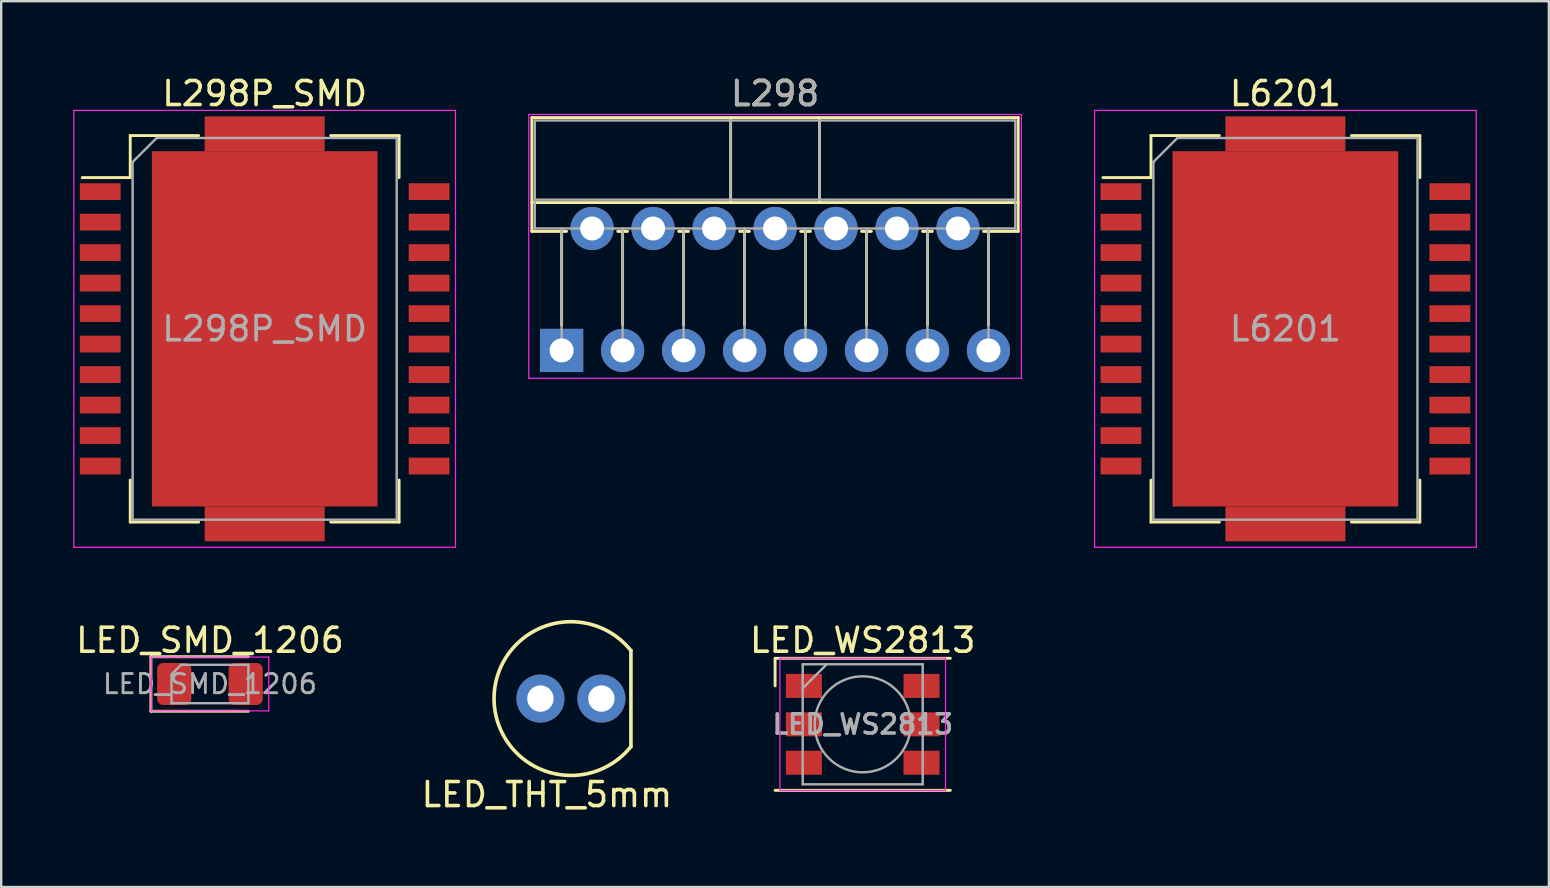
<source format=kicad_pcb>
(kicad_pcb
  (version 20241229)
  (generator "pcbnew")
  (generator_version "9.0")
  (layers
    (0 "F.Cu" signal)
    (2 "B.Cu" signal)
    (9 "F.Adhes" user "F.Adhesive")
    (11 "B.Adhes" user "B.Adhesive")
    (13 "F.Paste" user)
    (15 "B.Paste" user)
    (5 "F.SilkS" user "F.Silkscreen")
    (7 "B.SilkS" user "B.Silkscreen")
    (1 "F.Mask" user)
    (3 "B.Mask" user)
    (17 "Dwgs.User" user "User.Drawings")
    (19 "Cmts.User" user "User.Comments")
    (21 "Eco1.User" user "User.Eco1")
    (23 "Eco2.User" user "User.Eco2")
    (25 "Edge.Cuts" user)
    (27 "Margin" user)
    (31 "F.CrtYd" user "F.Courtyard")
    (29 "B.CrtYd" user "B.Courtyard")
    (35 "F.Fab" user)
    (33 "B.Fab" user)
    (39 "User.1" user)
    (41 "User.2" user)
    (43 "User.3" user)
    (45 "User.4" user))
  (footprint "LED_THT_5mm"
    (layer "F.Cu")
    (at 20.732 26.05)
    (property "Reference" "LED_THT_5mm" (at -1 4 0) (layer "F.SilkS") (effects (font (size 1 1) (thickness 0.15))))
    (attr through_hole)
    (fp_line (start 2.5 2) (end 2.5 -2) (stroke (width 0.15) (type solid)) (layer "F.SilkS"))
    (fp_arc (start 2 2.5) (mid -3.181981 -0.353553) (end 2.5 -2) (stroke (width 0.15) (type solid)) (layer "F.SilkS"))
    (fp_arc (start 2.5 2) (mid 2.263846 2.263846) (end 2 2.5) (stroke (width 0.15) (type solid)) (layer "F.SilkS"))
    (pad "1" thru_hole circle (at -1.27 0) (size 2 2) (drill 1.1) (layers "*.Cu" "*.Mask"))
    (pad "2" thru_hole circle (at 1.27 0) (size 2 2) (drill 1.1) (layers "*.Cu" "*.Mask")))
  (footprint "LED_WS2813"
    (layer "F.Cu")
    (at 32.887 27.122)
    (property "Reference" "LED_WS2813" (at 0 -3.5 0) (layer "F.SilkS") (effects (font (size 1 1) (thickness 0.15))))
    (attr smd)
    (fp_line (start -3.65 -2.75) (end 3.65 -2.75) (stroke (width 0.12) (type solid)) (layer "F.SilkS"))
    (fp_line (start -3.65 -1.6) (end -3.65 -2.75) (stroke (width 0.12) (type solid)) (layer "F.SilkS"))
    (fp_line (start -3.65 2.75) (end 3.65 2.75) (stroke (width 0.12) (type solid)) (layer "F.SilkS"))
    (fp_line (start -3.45 -2.75) (end -3.45 2.75) (stroke (width 0.05) (type solid)) (layer "F.CrtYd"))
    (fp_line (start -3.45 2.75) (end 3.45 2.75) (stroke (width 0.05) (type solid)) (layer "F.CrtYd"))
    (fp_line (start 3.45 -2.75) (end -3.45 -2.75) (stroke (width 0.05) (type solid)) (layer "F.CrtYd"))
    (fp_line (start 3.45 2.75) (end 3.45 -2.75) (stroke (width 0.05) (type solid)) (layer "F.CrtYd"))
    (fp_line (start -2.5 -2.5) (end 2.5 -2.5) (stroke (width 0.1) (type solid)) (layer "F.Fab"))
    (fp_line (start -2.5 -1.5) (end -1.5 -2.5) (stroke (width 0.1) (type solid)) (layer "F.Fab"))
    (fp_line (start -2.5 2.5) (end -2.5 -2.5) (stroke (width 0.1) (type solid)) (layer "F.Fab"))
    (fp_line (start 2.5 -2.5) (end 2.5 2.5) (stroke (width 0.1) (type solid)) (layer "F.Fab"))
    (fp_line (start 2.5 2.5) (end -2.5 2.5) (stroke (width 0.1) (type solid)) (layer "F.Fab"))
    (fp_circle (center 0 0) (end 0 -2) (stroke (width 0.1) (type solid)) (fill no) (layer "F.Fab"))
    (fp_text user "${REFERENCE}" (at 0 0 0) (layer "F.Fab") (effects (font (size 0.8 0.8) (thickness 0.15))))
    (pad "1" smd rect (at -2.45 -1.6) (size 1.5 1) (layers "F.Cu" "F.Mask" "F.Paste"))
    (pad "2" smd rect (at -2.45 0) (size 1.5 1) (layers "F.Cu" "F.Mask" "F.Paste"))
    (pad "3" smd rect (at -2.45 1.6) (size 1.5 1) (layers "F.Cu" "F.Mask" "F.Paste"))
    (pad "4" smd rect (at 2.45 1.6) (size 1.5 1) (layers "F.Cu" "F.Mask" "F.Paste"))
    (pad "5" smd rect (at 2.45 0) (size 1.5 1) (layers "F.Cu" "F.Mask" "F.Paste"))
    (pad "6" smd rect (at 2.45 -1.6) (size 1.5 1) (layers "F.Cu" "F.Mask" "F.Paste")))
  (footprint "LED_SMD_1206"
    (layer "F.Cu")
    (at 5.696 25.442)
    (property "Reference" "LED_SMD_1206" (at 0 -1.82 0) (layer "F.SilkS") (effects (font (size 1 1) (thickness 0.15))))
    (attr smd)
    (fp_line (start -2.46 -1.135) (end -2.46 1.135) (stroke (width 0.12) (type solid)) (layer "F.SilkS"))
    (fp_line (start -2.46 1.135) (end 1.6 1.135) (stroke (width 0.12) (type solid)) (layer "F.SilkS"))
    (fp_line (start 1.6 -1.135) (end -2.46 -1.135) (stroke (width 0.12) (type solid)) (layer "F.SilkS"))
    (fp_line (start -2.45 -1.12) (end 2.45 -1.12) (stroke (width 0.05) (type solid)) (layer "F.CrtYd"))
    (fp_line (start -2.45 1.12) (end -2.45 -1.12) (stroke (width 0.05) (type solid)) (layer "F.CrtYd"))
    (fp_line (start 2.45 -1.12) (end 2.45 1.12) (stroke (width 0.05) (type solid)) (layer "F.CrtYd"))
    (fp_line (start 2.45 1.12) (end -2.45 1.12) (stroke (width 0.05) (type solid)) (layer "F.CrtYd"))
    (fp_line (start -1.6 -0.4) (end -1.6 0.8) (stroke (width 0.1) (type solid)) (layer "F.Fab"))
    (fp_line (start -1.6 0.8) (end 1.6 0.8) (stroke (width 0.1) (type solid)) (layer "F.Fab"))
    (fp_line (start -1.2 -0.8) (end -1.6 -0.4) (stroke (width 0.1) (type solid)) (layer "F.Fab"))
    (fp_line (start 1.6 -0.8) (end -1.2 -0.8) (stroke (width 0.1) (type solid)) (layer "F.Fab"))
    (fp_line (start 1.6 0.8) (end 1.6 -0.8) (stroke (width 0.1) (type solid)) (layer "F.Fab"))
    (fp_text user "${REFERENCE}" (at 0 0 0) (layer "F.Fab") (effects (font (size 0.8 0.8) (thickness 0.12))))
    (pad "1" smd roundrect (at -1.488 0) (size 1.425 1.75) (layers "F.Cu" "F.Mask" "F.Paste") (roundrect_rratio 0.175))
    (pad "2" smd roundrect (at 1.488 0) (size 1.425 1.75) (layers "F.Cu" "F.Mask" "F.Paste") (roundrect_rratio 0.175)))
  (footprint "L298P_SMD"
    (layer "F.Cu")
    (at 7.975 10.648)
    (property "Reference" "L298P_SMD" (at 0 -9.8 0) (layer "F.SilkS") (effects (font (size 1 1) (thickness 0.15))))
    (attr smd)
    (fp_line (start -5.6 -8.05) (end -5.6 -6.3) (stroke (width 0.12) (type solid)) (layer "F.SilkS"))
    (fp_line (start -5.6 -6.3) (end -7.6 -6.3) (stroke (width 0.12) (type solid)) (layer "F.SilkS"))
    (fp_line (start -5.6 8.05) (end -5.6 6.3) (stroke (width 0.12) (type solid)) (layer "F.SilkS"))
    (fp_line (start -2.75 -8.05) (end -5.6 -8.05) (stroke (width 0.12) (type solid)) (layer "F.SilkS"))
    (fp_line (start -2.75 8.05) (end -5.6 8.05) (stroke (width 0.12) (type solid)) (layer "F.SilkS"))
    (fp_line (start 5.6 -8.05) (end 2.75 -8.05) (stroke (width 0.12) (type solid)) (layer "F.SilkS"))
    (fp_line (start 5.6 -8.05) (end 5.6 -6.3) (stroke (width 0.12) (type solid)) (layer "F.SilkS"))
    (fp_line (start 5.6 8.05) (end 2.75 8.05) (stroke (width 0.12) (type solid)) (layer "F.SilkS"))
    (fp_line (start 5.6 8.05) (end 5.6 6.3) (stroke (width 0.12) (type solid)) (layer "F.SilkS"))
    (fp_line (start -7.95 -9.1) (end -7.95 9.1) (stroke (width 0.05) (type solid)) (layer "F.CrtYd"))
    (fp_line (start -7.95 -9.1) (end 7.95 -9.1) (stroke (width 0.05) (type solid)) (layer "F.CrtYd"))
    (fp_line (start 7.95 9.1) (end -7.95 9.1) (stroke (width 0.05) (type solid)) (layer "F.CrtYd"))
    (fp_line (start 7.95 9.1) (end 7.95 -9.1) (stroke (width 0.05) (type solid)) (layer "F.CrtYd"))
    (fp_line (start -5.5 -6.95) (end -5.5 7.95) (stroke (width 0.1) (type solid)) (layer "F.Fab"))
    (fp_line (start -5.5 7.95) (end 5.5 7.95) (stroke (width 0.1) (type solid)) (layer "F.Fab"))
    (fp_line (start -4.5 -7.95) (end -5.5 -6.95) (stroke (width 0.1) (type solid)) (layer "F.Fab"))
    (fp_line (start 5.5 -7.95) (end -4.5 -7.95) (stroke (width 0.1) (type solid)) (layer "F.Fab"))
    (fp_line (start 5.5 7.95) (end 5.5 -7.95) (stroke (width 0.1) (type solid)) (layer "F.Fab"))
    (fp_text user "${REFERENCE}" (at 0 0 0) (layer "F.Fab") (effects (font (size 1 1) (thickness 0.15))))
    (pad "1" smd rect (at -6.85 -5.715) (size 1.7 0.7) (layers "F.Cu" "F.Mask" "F.Paste"))
    (pad "2" smd rect (at -6.85 -4.445) (size 1.7 0.7) (layers "F.Cu" "F.Mask" "F.Paste"))
    (pad "3" smd rect (at -6.85 -3.175) (size 1.7 0.7) (layers "F.Cu" "F.Mask" "F.Paste"))
    (pad "4" smd rect (at -6.85 -1.905) (size 1.7 0.7) (layers "F.Cu" "F.Mask" "F.Paste"))
    (pad "5" smd rect (at -6.85 -0.635) (size 1.7 0.7) (layers "F.Cu" "F.Mask" "F.Paste"))
    (pad "6" smd rect (at -6.85 0.635) (size 1.7 0.7) (layers "F.Cu" "F.Mask" "F.Paste"))
    (pad "7" smd rect (at -6.85 1.905) (size 1.7 0.7) (layers "F.Cu" "F.Mask" "F.Paste"))
    (pad "8" smd rect (at -6.85 3.175) (size 1.7 0.7) (layers "F.Cu" "F.Mask" "F.Paste"))
    (pad "9" smd rect (at -6.85 4.445) (size 1.7 0.7) (layers "F.Cu" "F.Mask" "F.Paste"))
    (pad "10" smd rect (at -6.85 5.715) (size 1.7 0.7) (layers "F.Cu" "F.Mask" "F.Paste"))
    (pad "11" smd rect (at 6.85 5.715) (size 1.7 0.7) (layers "F.Cu" "F.Mask" "F.Paste"))
    (pad "12" smd rect (at 6.85 4.445) (size 1.7 0.7) (layers "F.Cu" "F.Mask" "F.Paste"))
    (pad "13" smd rect (at 6.85 3.175) (size 1.7 0.7) (layers "F.Cu" "F.Mask" "F.Paste"))
    (pad "14" smd rect (at 6.85 1.905) (size 1.7 0.7) (layers "F.Cu" "F.Mask" "F.Paste"))
    (pad "15" smd rect (at 6.85 0.635) (size 1.7 0.7) (layers "F.Cu" "F.Mask" "F.Paste"))
    (pad "16" smd rect (at 6.85 -0.635) (size 1.7 0.7) (layers "F.Cu" "F.Mask" "F.Paste"))
    (pad "17" smd rect (at 6.85 -1.905) (size 1.7 0.7) (layers "F.Cu" "F.Mask" "F.Paste"))
    (pad "18" smd rect (at 6.85 -3.175) (size 1.7 0.7) (layers "F.Cu" "F.Mask" "F.Paste"))
    (pad "19" smd rect (at 6.85 -4.445) (size 1.7 0.7) (layers "F.Cu" "F.Mask" "F.Paste"))
    (pad "20" smd rect (at 6.85 -5.715) (size 1.7 0.7) (layers "F.Cu" "F.Mask" "F.Paste"))
    (pad "21" smd rect (at 0 -8.125) (size 5 1.45) (layers "F.Cu" "F.Mask" "F.Paste"))
    (pad "21" smd rect (at 0 0) (size 9.4 14.8) (layers "F.Cu" "F.Mask" "F.Paste"))
    (pad "21" smd rect (at 0 8.125) (size 5 1.45) (layers "F.Cu" "F.Mask" "F.Paste")))
  (footprint "L298"
    (layer "F.Cu")
    (at 20.345 11.548)
    (property "Reference" "L298" (at 8.89 -10.7 0) (layer "F.SilkS") (effects (font (size 1 1) (thickness 0.15))))
    (attr through_hole)
    (fp_line (start -1.24 -9.7) (end -1.24 -4.959) (stroke (width 0.12) (type solid)) (layer "F.SilkS"))
    (fp_line (start -1.24 -9.7) (end 19.02 -9.7) (stroke (width 0.12) (type solid)) (layer "F.SilkS"))
    (fp_line (start -1.24 -6.16) (end 19.02 -6.16) (stroke (width 0.12) (type solid)) (layer "F.SilkS"))
    (fp_line (start -1.24 -4.959) (end 0.205 -4.959) (stroke (width 0.12) (type solid)) (layer "F.SilkS"))
    (fp_line (start 0 -4.959) (end 0 -1.05) (stroke (width 0.12) (type solid)) (layer "F.SilkS"))
    (fp_line (start 2.336 -4.959) (end 2.745 -4.959) (stroke (width 0.12) (type solid)) (layer "F.SilkS"))
    (fp_line (start 2.54 -4.959) (end 2.54 -1.065) (stroke (width 0.12) (type solid)) (layer "F.SilkS"))
    (fp_line (start 4.875 -4.959) (end 5.285 -4.959) (stroke (width 0.12) (type solid)) (layer "F.SilkS"))
    (fp_line (start 5.08 -4.959) (end 5.08 -1.065) (stroke (width 0.12) (type solid)) (layer "F.SilkS"))
    (fp_line (start 7.041 -9.7) (end 7.041 -6.16) (stroke (width 0.12) (type solid)) (layer "F.SilkS"))
    (fp_line (start 7.415 -4.959) (end 7.825 -4.959) (stroke (width 0.12) (type solid)) (layer "F.SilkS"))
    (fp_line (start 7.62 -4.959) (end 7.62 -1.065) (stroke (width 0.12) (type solid)) (layer "F.SilkS"))
    (fp_line (start 9.955 -4.959) (end 10.365 -4.959) (stroke (width 0.12) (type solid)) (layer "F.SilkS"))
    (fp_line (start 10.16 -4.959) (end 10.16 -1.065) (stroke (width 0.12) (type solid)) (layer "F.SilkS"))
    (fp_line (start 10.74 -9.7) (end 10.74 -6.16) (stroke (width 0.12) (type solid)) (layer "F.SilkS"))
    (fp_line (start 12.495 -4.959) (end 12.905 -4.959) (stroke (width 0.12) (type solid)) (layer "F.SilkS"))
    (fp_line (start 12.7 -4.959) (end 12.7 -1.065) (stroke (width 0.12) (type solid)) (layer "F.SilkS"))
    (fp_line (start 15.035 -4.959) (end 15.445 -4.959) (stroke (width 0.12) (type solid)) (layer "F.SilkS"))
    (fp_line (start 15.24 -4.959) (end 15.24 -1.065) (stroke (width 0.12) (type solid)) (layer "F.SilkS"))
    (fp_line (start 17.575 -4.959) (end 19.02 -4.959) (stroke (width 0.12) (type solid)) (layer "F.SilkS"))
    (fp_line (start 17.78 -4.959) (end 17.78 -1.065) (stroke (width 0.12) (type solid)) (layer "F.SilkS"))
    (fp_line (start 19.02 -9.7) (end 19.02 -4.959) (stroke (width 0.12) (type solid)) (layer "F.SilkS"))
    (fp_line (start -1.37 -9.83) (end -1.37 1.16) (stroke (width 0.05) (type solid)) (layer "F.CrtYd"))
    (fp_line (start -1.37 1.16) (end 19.15 1.16) (stroke (width 0.05) (type solid)) (layer "F.CrtYd"))
    (fp_line (start 19.15 -9.83) (end -1.37 -9.83) (stroke (width 0.05) (type solid)) (layer "F.CrtYd"))
    (fp_line (start 19.15 1.16) (end 19.15 -9.83) (stroke (width 0.05) (type solid)) (layer "F.CrtYd"))
    (fp_line (start -1.12 -9.58) (end -1.12 -5.08) (stroke (width 0.1) (type solid)) (layer "F.Fab"))
    (fp_line (start -1.12 -6.28) (end 18.9 -6.28) (stroke (width 0.1) (type solid)) (layer "F.Fab"))
    (fp_line (start -1.12 -5.08) (end 18.9 -5.08) (stroke (width 0.1) (type solid)) (layer "F.Fab"))
    (fp_line (start 0 -5.08) (end 0 0) (stroke (width 0.1) (type solid)) (layer "F.Fab"))
    (fp_line (start 2.54 -5.08) (end 2.54 0) (stroke (width 0.1) (type solid)) (layer "F.Fab"))
    (fp_line (start 5.08 -5.08) (end 5.08 0) (stroke (width 0.1) (type solid)) (layer "F.Fab"))
    (fp_line (start 7.04 -9.58) (end 7.04 -6.28) (stroke (width 0.1) (type solid)) (layer "F.Fab"))
    (fp_line (start 7.62 -5.08) (end 7.62 0) (stroke (width 0.1) (type solid)) (layer "F.Fab"))
    (fp_line (start 10.16 -5.08) (end 10.16 0) (stroke (width 0.1) (type solid)) (layer "F.Fab"))
    (fp_line (start 10.74 -9.58) (end 10.74 -6.28) (stroke (width 0.1) (type solid)) (layer "F.Fab"))
    (fp_line (start 12.7 -5.08) (end 12.7 0) (stroke (width 0.1) (type solid)) (layer "F.Fab"))
    (fp_line (start 15.24 -5.08) (end 15.24 0) (stroke (width 0.1) (type solid)) (layer "F.Fab"))
    (fp_line (start 17.78 -5.08) (end 17.78 0) (stroke (width 0.1) (type solid)) (layer "F.Fab"))
    (fp_line (start 18.9 -9.58) (end -1.12 -9.58) (stroke (width 0.1) (type solid)) (layer "F.Fab"))
    (fp_line (start 18.9 -5.08) (end 18.9 -9.58) (stroke (width 0.1) (type solid)) (layer "F.Fab"))
    (fp_text user "${REFERENCE}" (at 8.89 -10.7 0) (layer "F.Fab") (effects (font (size 1 1) (thickness 0.15))))
    (pad "1" thru_hole rect (at 0 0) (size 1.8 1.8) (drill 1) (layers "*.Cu" "*.Mask"))
    (pad "2" thru_hole oval (at 1.27 -5.08) (size 1.8 1.8) (drill 1) (layers "*.Cu" "*.Mask"))
    (pad "3" thru_hole oval (at 2.54 0) (size 1.8 1.8) (drill 1) (layers "*.Cu" "*.Mask"))
    (pad "4" thru_hole oval (at 3.81 -5.08) (size 1.8 1.8) (drill 1) (layers "*.Cu" "*.Mask"))
    (pad "5" thru_hole oval (at 5.08 0) (size 1.8 1.8) (drill 1) (layers "*.Cu" "*.Mask"))
    (pad "6" thru_hole oval (at 6.35 -5.08) (size 1.8 1.8) (drill 1) (layers "*.Cu" "*.Mask"))
    (pad "7" thru_hole oval (at 7.62 0) (size 1.8 1.8) (drill 1) (layers "*.Cu" "*.Mask"))
    (pad "8" thru_hole oval (at 8.89 -5.08) (size 1.8 1.8) (drill 1) (layers "*.Cu" "*.Mask"))
    (pad "9" thru_hole oval (at 10.16 0) (size 1.8 1.8) (drill 1) (layers "*.Cu" "*.Mask"))
    (pad "10" thru_hole oval (at 11.43 -5.08) (size 1.8 1.8) (drill 1) (layers "*.Cu" "*.Mask"))
    (pad "11" thru_hole oval (at 12.7 0) (size 1.8 1.8) (drill 1) (layers "*.Cu" "*.Mask"))
    (pad "12" thru_hole oval (at 13.97 -5.08) (size 1.8 1.8) (drill 1) (layers "*.Cu" "*.Mask"))
    (pad "13" thru_hole oval (at 15.24 0) (size 1.8 1.8) (drill 1) (layers "*.Cu" "*.Mask"))
    (pad "14" thru_hole oval (at 16.51 -5.08) (size 1.8 1.8) (drill 1) (layers "*.Cu" "*.Mask"))
    (pad "15" thru_hole oval (at 17.78 0) (size 1.8 1.8) (drill 1) (layers "*.Cu" "*.Mask")))
  (footprint "L6201"
    (layer "F.Cu")
    (at 50.495 10.648)
    (property "Reference" "L6201" (at 0 -9.8 0) (layer "F.SilkS") (effects (font (size 1 1) (thickness 0.15))))
    (attr smd)
    (fp_line (start -5.6 -8.05) (end -5.6 -6.3) (stroke (width 0.12) (type solid)) (layer "F.SilkS"))
    (fp_line (start -5.6 -6.3) (end -7.6 -6.3) (stroke (width 0.12) (type solid)) (layer "F.SilkS"))
    (fp_line (start -5.6 8.05) (end -5.6 6.3) (stroke (width 0.12) (type solid)) (layer "F.SilkS"))
    (fp_line (start -2.75 -8.05) (end -5.6 -8.05) (stroke (width 0.12) (type solid)) (layer "F.SilkS"))
    (fp_line (start -2.75 8.05) (end -5.6 8.05) (stroke (width 0.12) (type solid)) (layer "F.SilkS"))
    (fp_line (start 5.6 -8.05) (end 2.75 -8.05) (stroke (width 0.12) (type solid)) (layer "F.SilkS"))
    (fp_line (start 5.6 -8.05) (end 5.6 -6.3) (stroke (width 0.12) (type solid)) (layer "F.SilkS"))
    (fp_line (start 5.6 8.05) (end 2.75 8.05) (stroke (width 0.12) (type solid)) (layer "F.SilkS"))
    (fp_line (start 5.6 8.05) (end 5.6 6.3) (stroke (width 0.12) (type solid)) (layer "F.SilkS"))
    (fp_line (start -7.95 -9.1) (end -7.95 9.1) (stroke (width 0.05) (type solid)) (layer "F.CrtYd"))
    (fp_line (start -7.95 -9.1) (end 7.95 -9.1) (stroke (width 0.05) (type solid)) (layer "F.CrtYd"))
    (fp_line (start 7.95 9.1) (end -7.95 9.1) (stroke (width 0.05) (type solid)) (layer "F.CrtYd"))
    (fp_line (start 7.95 9.1) (end 7.95 -9.1) (stroke (width 0.05) (type solid)) (layer "F.CrtYd"))
    (fp_line (start -5.5 -6.95) (end -5.5 7.95) (stroke (width 0.1) (type solid)) (layer "F.Fab"))
    (fp_line (start -5.5 7.95) (end 5.5 7.95) (stroke (width 0.1) (type solid)) (layer "F.Fab"))
    (fp_line (start -4.5 -7.95) (end -5.5 -6.95) (stroke (width 0.1) (type solid)) (layer "F.Fab"))
    (fp_line (start 5.5 -7.95) (end -4.5 -7.95) (stroke (width 0.1) (type solid)) (layer "F.Fab"))
    (fp_line (start 5.5 7.95) (end 5.5 -7.95) (stroke (width 0.1) (type solid)) (layer "F.Fab"))
    (fp_text user "${REFERENCE}" (at 0 0 0) (layer "F.Fab") (effects (font (size 1 1) (thickness 0.15))))
    (pad "1" smd rect (at -6.85 -5.715) (size 1.7 0.7) (layers "F.Cu" "F.Mask" "F.Paste"))
    (pad "2" smd rect (at -6.85 -4.445) (size 1.7 0.7) (layers "F.Cu" "F.Mask" "F.Paste"))
    (pad "3" smd rect (at -6.85 -3.175) (size 1.7 0.7) (layers "F.Cu" "F.Mask" "F.Paste"))
    (pad "4" smd rect (at -6.85 -1.905) (size 1.7 0.7) (layers "F.Cu" "F.Mask" "F.Paste"))
    (pad "5" smd rect (at -6.85 -0.635) (size 1.7 0.7) (layers "F.Cu" "F.Mask" "F.Paste"))
    (pad "6" smd rect (at -6.85 0.635) (size 1.7 0.7) (layers "F.Cu" "F.Mask" "F.Paste"))
    (pad "7" smd rect (at -6.85 1.905) (size 1.7 0.7) (layers "F.Cu" "F.Mask" "F.Paste"))
    (pad "8" smd rect (at -6.85 3.175) (size 1.7 0.7) (layers "F.Cu" "F.Mask" "F.Paste"))
    (pad "9" smd rect (at -6.85 4.445) (size 1.7 0.7) (layers "F.Cu" "F.Mask" "F.Paste"))
    (pad "10" smd rect (at -6.85 5.715) (size 1.7 0.7) (layers "F.Cu" "F.Mask" "F.Paste"))
    (pad "11" smd rect (at 6.85 5.715) (size 1.7 0.7) (layers "F.Cu" "F.Mask" "F.Paste"))
    (pad "12" smd rect (at 6.85 4.445) (size 1.7 0.7) (layers "F.Cu" "F.Mask" "F.Paste"))
    (pad "13" smd rect (at 6.85 3.175) (size 1.7 0.7) (layers "F.Cu" "F.Mask" "F.Paste"))
    (pad "14" smd rect (at 6.85 1.905) (size 1.7 0.7) (layers "F.Cu" "F.Mask" "F.Paste"))
    (pad "15" smd rect (at 6.85 0.635) (size 1.7 0.7) (layers "F.Cu" "F.Mask" "F.Paste"))
    (pad "16" smd rect (at 6.85 -0.635) (size 1.7 0.7) (layers "F.Cu" "F.Mask" "F.Paste"))
    (pad "17" smd rect (at 6.85 -1.905) (size 1.7 0.7) (layers "F.Cu" "F.Mask" "F.Paste"))
    (pad "18" smd rect (at 6.85 -3.175) (size 1.7 0.7) (layers "F.Cu" "F.Mask" "F.Paste"))
    (pad "19" smd rect (at 6.85 -4.445) (size 1.7 0.7) (layers "F.Cu" "F.Mask" "F.Paste"))
    (pad "20" smd rect (at 6.85 -5.715) (size 1.7 0.7) (layers "F.Cu" "F.Mask" "F.Paste"))
    (pad "21" smd rect (at 0 -8.125) (size 5 1.45) (layers "F.Cu" "F.Mask" "F.Paste"))
    (pad "21" smd rect (at 0 0) (size 9.4 14.8) (layers "F.Cu" "F.Mask" "F.Paste"))
    (pad "21" smd rect (at 0 8.125) (size 5 1.45) (layers "F.Cu" "F.Mask" "F.Paste")))
  (gr_rect
    (start -3 -3)
    (end 61.47 33.898)
    (stroke (width 0.1) (type default))
    (fill no)
    (layer "Edge.Cuts")))
</source>
